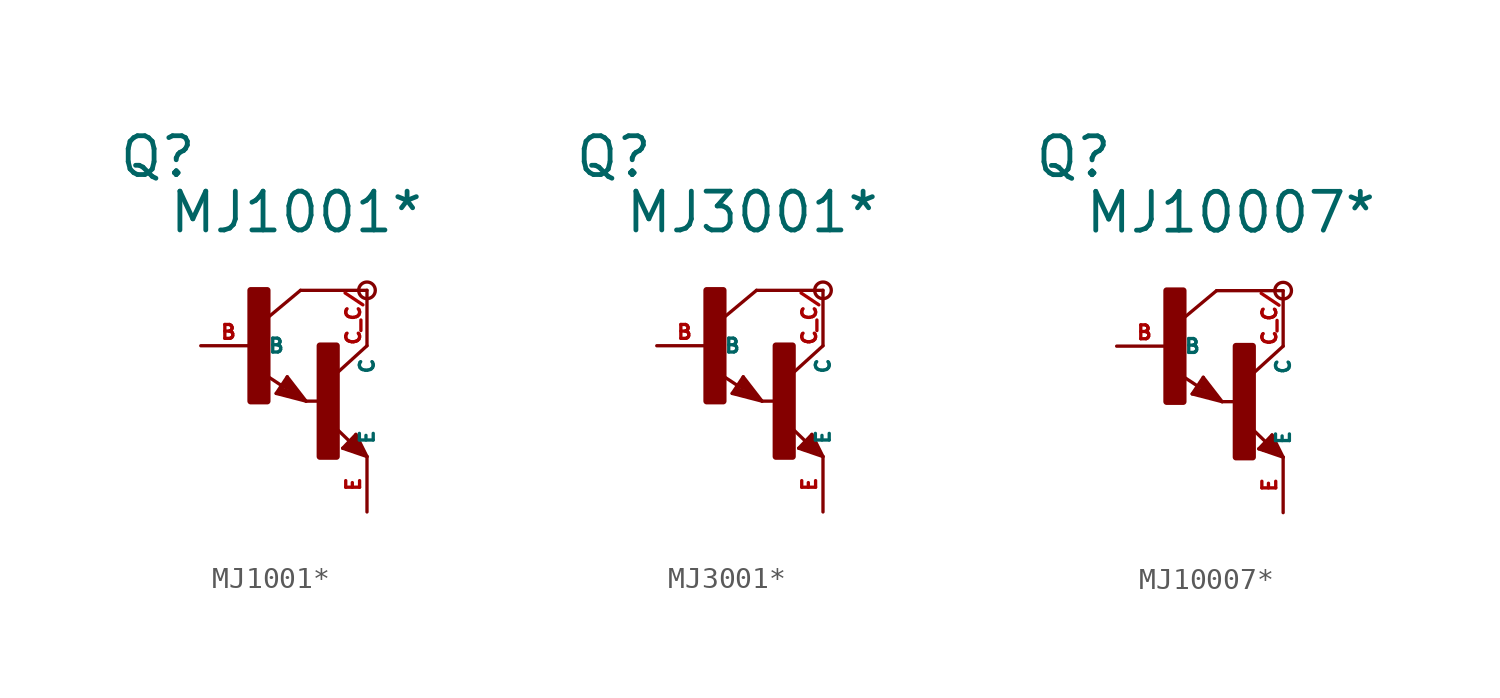
<source format=kicad_sym>
(kicad_symbol_lib
  (version 20220914)
  (generator Eagle2Kicad)
  (symbol "MJ1001*"
    (property "Reference" "Q"
      (at -6.35 7.62 0)
      (effects (font (size 1.778 1.778) (thickness 0.22)) (justify left bottom)))
    (property "Value" "MJ1001*"
      (at -4.064 5.08 0)
      (effects (font (size 1.778 1.778) (thickness 0.22)) (justify left bottom)))
    (polyline
      (pts (xy 5.08 2.54) (xy 2.032 2.54))
      (stroke (width 0.152) (type default))
      (fill (type none)))
    (polyline
      (pts (xy 1.424 -1.424) (xy 2.286 -2.54))
      (stroke (width 0.152) (type default))
      (fill (type none)))
    (polyline
      (pts (xy 2.921 -2.54) (xy 2.286 -2.54))
      (stroke (width 0.152) (type default))
      (fill (type none)))
    (polyline
      (pts (xy 0.916 -2.186) (xy 1.424 -1.424))
      (stroke (width 0.152) (type default))
      (fill (type none)))
    (polyline
      (pts (xy 2.286 -2.54) (xy 0.916 -2.186))
      (stroke (width 0.152) (type default))
      (fill (type none)))
    (polyline
      (pts (xy 2.032 2.54) (xy 0.508 1.27))
      (stroke (width 0.152) (type default))
      (fill (type none)))
    (polyline
      (pts (xy 5.08 0) (xy 3.683 -1.27))
      (stroke (width 0.152) (type default))
      (fill (type none)))
    (polyline
      (pts (xy 5.08 -5.08) (xy 3.964 -4.699))
      (stroke (width 0.152) (type default))
      (fill (type none)))
    (polyline
      (pts (xy 4.572 -4.064) (xy 5.08 -5.08))
      (stroke (width 0.152) (type default))
      (fill (type none)))
    (polyline
      (pts (xy 3.964 -4.699) (xy 4.572 -4.064))
      (stroke (width 0.152) (type default))
      (fill (type none)))
    (polyline
      (pts (xy 1.186 -1.84) (xy 0.208 -1.197))
      (stroke (width 0.152) (type default))
      (fill (type none)))
    (polyline
      (pts (xy 4.28 -4.38) (xy 3.483 -3.61))
      (stroke (width 0.152) (type default))
      (fill (type none)))
    (polyline
      (pts (xy 2.159 -2.413) (xy 1.397 -1.524))
      (stroke (width 0.127) (type default))
      (fill (type none)))
    (polyline
      (pts (xy 1.397 -1.524) (xy 1.016 -2.159))
      (stroke (width 0.127) (type default))
      (fill (type none)))
    (polyline
      (pts (xy 1.016 -2.159) (xy 2.032 -2.413))
      (stroke (width 0.127) (type default))
      (fill (type none)))
    (polyline
      (pts (xy 2.032 -2.413) (xy 1.397 -1.651))
      (stroke (width 0.127) (type default))
      (fill (type none)))
    (polyline
      (pts (xy 1.397 -1.651) (xy 1.143 -2.032))
      (stroke (width 0.127) (type default))
      (fill (type none)))
    (polyline
      (pts (xy 1.143 -2.032) (xy 1.905 -2.286))
      (stroke (width 0.254) (type default))
      (fill (type none)))
    (polyline
      (pts (xy 1.905 -2.286) (xy 1.397 -1.778))
      (stroke (width 0.254) (type default))
      (fill (type none)))
    (polyline
      (pts (xy 1.397 -1.778) (xy 1.397 -1.905))
      (stroke (width 0.254) (type default))
      (fill (type none)))
    (polyline
      (pts (xy 4.953 -4.953) (xy 4.572 -4.191))
      (stroke (width 0.127) (type default))
      (fill (type none)))
    (polyline
      (pts (xy 4.572 -4.191) (xy 4.064 -4.699))
      (stroke (width 0.127) (type default))
      (fill (type none)))
    (polyline
      (pts (xy 4.064 -4.699) (xy 4.826 -4.953))
      (stroke (width 0.127) (type default))
      (fill (type none)))
    (polyline
      (pts (xy 4.826 -4.953) (xy 4.572 -4.318))
      (stroke (width 0.127) (type default))
      (fill (type none)))
    (polyline
      (pts (xy 4.572 -4.318) (xy 4.191 -4.699))
      (stroke (width 0.254) (type default))
      (fill (type none)))
    (polyline
      (pts (xy 4.191 -4.699) (xy 4.699 -4.826))
      (stroke (width 0.254) (type default))
      (fill (type none)))
    (polyline
      (pts (xy 4.699 -4.826) (xy 4.572 -4.572))
      (stroke (width 0.254) (type default))
      (fill (type none)))
    (polyline
      (pts (xy 4.572 -4.572) (xy 4.445 -4.572))
      (stroke (width 0.254) (type default))
      (fill (type none)))
    (circle
      (center 5.08 2.54)
      (radius 0.381)
      (stroke (width 0) (type default))
      (fill (type none)))
    (rectangle
      (start -0.254 -2.54)
      (end 0.508 2.54)
      (stroke (width 0.3) (type default))
      (fill (type outline)))
    (rectangle
      (start 2.921 -5.08)
      (end 3.683 0)
      (stroke (width 0.3) (type default))
      (fill (type outline)))
    (pin passive line
      (at -2.54 0 0)
      (length 2.54)
      (name "B" (effects (font (size 0.635 0.635) (thickness 0.08)) (justify left bottom)))
      (number "B" (effects (font (size 0.635 0.635) (thickness 0.08)) (justify left bottom))))
    (pin passive line
      (at 5.08 -7.62 90)
      (length 2.54)
      (name "E" (effects (font (size 0.635 0.635) (thickness 0.08)) (justify left bottom)))
      (number "E" (effects (font (size 0.635 0.635) (thickness 0.08)) (justify left bottom))))
    (pin passive line
      (at 5.08 2.54 270)
      (length 2.54)
      (name "C" (effects (font (size 0.635 0.635) (thickness 0.08)) (justify left bottom)))
      (number "C C/" (effects (font (size 0.635 0.635) (thickness 0.08)) (justify left bottom)))))
  (symbol "MJ3001*"
    (property "Reference" "Q"
      (at -6.35 7.62 0)
      (effects (font (size 1.778 1.778) (thickness 0.22)) (justify left bottom)))
    (property "Value" "MJ3001*"
      (at -4.064 5.08 0)
      (effects (font (size 1.778 1.778) (thickness 0.22)) (justify left bottom)))
    (polyline
      (pts (xy 5.08 2.54) (xy 2.032 2.54))
      (stroke (width 0.152) (type default))
      (fill (type none)))
    (polyline
      (pts (xy 1.424 -1.424) (xy 2.286 -2.54))
      (stroke (width 0.152) (type default))
      (fill (type none)))
    (polyline
      (pts (xy 2.921 -2.54) (xy 2.286 -2.54))
      (stroke (width 0.152) (type default))
      (fill (type none)))
    (polyline
      (pts (xy 0.916 -2.186) (xy 1.424 -1.424))
      (stroke (width 0.152) (type default))
      (fill (type none)))
    (polyline
      (pts (xy 2.286 -2.54) (xy 0.916 -2.186))
      (stroke (width 0.152) (type default))
      (fill (type none)))
    (polyline
      (pts (xy 2.032 2.54) (xy 0.508 1.27))
      (stroke (width 0.152) (type default))
      (fill (type none)))
    (polyline
      (pts (xy 5.08 0) (xy 3.683 -1.27))
      (stroke (width 0.152) (type default))
      (fill (type none)))
    (polyline
      (pts (xy 5.08 -5.08) (xy 3.964 -4.699))
      (stroke (width 0.152) (type default))
      (fill (type none)))
    (polyline
      (pts (xy 4.572 -4.064) (xy 5.08 -5.08))
      (stroke (width 0.152) (type default))
      (fill (type none)))
    (polyline
      (pts (xy 3.964 -4.699) (xy 4.572 -4.064))
      (stroke (width 0.152) (type default))
      (fill (type none)))
    (polyline
      (pts (xy 1.186 -1.84) (xy 0.208 -1.197))
      (stroke (width 0.152) (type default))
      (fill (type none)))
    (polyline
      (pts (xy 4.28 -4.38) (xy 3.483 -3.61))
      (stroke (width 0.152) (type default))
      (fill (type none)))
    (polyline
      (pts (xy 2.159 -2.413) (xy 1.397 -1.524))
      (stroke (width 0.127) (type default))
      (fill (type none)))
    (polyline
      (pts (xy 1.397 -1.524) (xy 1.016 -2.159))
      (stroke (width 0.127) (type default))
      (fill (type none)))
    (polyline
      (pts (xy 1.016 -2.159) (xy 2.032 -2.413))
      (stroke (width 0.127) (type default))
      (fill (type none)))
    (polyline
      (pts (xy 2.032 -2.413) (xy 1.397 -1.651))
      (stroke (width 0.127) (type default))
      (fill (type none)))
    (polyline
      (pts (xy 1.397 -1.651) (xy 1.143 -2.032))
      (stroke (width 0.127) (type default))
      (fill (type none)))
    (polyline
      (pts (xy 1.143 -2.032) (xy 1.905 -2.286))
      (stroke (width 0.254) (type default))
      (fill (type none)))
    (polyline
      (pts (xy 1.905 -2.286) (xy 1.397 -1.778))
      (stroke (width 0.254) (type default))
      (fill (type none)))
    (polyline
      (pts (xy 1.397 -1.778) (xy 1.397 -1.905))
      (stroke (width 0.254) (type default))
      (fill (type none)))
    (polyline
      (pts (xy 4.953 -4.953) (xy 4.572 -4.191))
      (stroke (width 0.127) (type default))
      (fill (type none)))
    (polyline
      (pts (xy 4.572 -4.191) (xy 4.064 -4.699))
      (stroke (width 0.127) (type default))
      (fill (type none)))
    (polyline
      (pts (xy 4.064 -4.699) (xy 4.826 -4.953))
      (stroke (width 0.127) (type default))
      (fill (type none)))
    (polyline
      (pts (xy 4.826 -4.953) (xy 4.572 -4.318))
      (stroke (width 0.127) (type default))
      (fill (type none)))
    (polyline
      (pts (xy 4.572 -4.318) (xy 4.191 -4.699))
      (stroke (width 0.254) (type default))
      (fill (type none)))
    (polyline
      (pts (xy 4.191 -4.699) (xy 4.699 -4.826))
      (stroke (width 0.254) (type default))
      (fill (type none)))
    (polyline
      (pts (xy 4.699 -4.826) (xy 4.572 -4.572))
      (stroke (width 0.254) (type default))
      (fill (type none)))
    (polyline
      (pts (xy 4.572 -4.572) (xy 4.445 -4.572))
      (stroke (width 0.254) (type default))
      (fill (type none)))
    (circle
      (center 5.08 2.54)
      (radius 0.381)
      (stroke (width 0) (type default))
      (fill (type none)))
    (rectangle
      (start -0.254 -2.54)
      (end 0.508 2.54)
      (stroke (width 0.3) (type default))
      (fill (type outline)))
    (rectangle
      (start 2.921 -5.08)
      (end 3.683 0)
      (stroke (width 0.3) (type default))
      (fill (type outline)))
    (pin passive line
      (at -2.54 0 0)
      (length 2.54)
      (name "B" (effects (font (size 0.635 0.635) (thickness 0.08)) (justify left bottom)))
      (number "B" (effects (font (size 0.635 0.635) (thickness 0.08)) (justify left bottom))))
    (pin passive line
      (at 5.08 -7.62 90)
      (length 2.54)
      (name "E" (effects (font (size 0.635 0.635) (thickness 0.08)) (justify left bottom)))
      (number "E" (effects (font (size 0.635 0.635) (thickness 0.08)) (justify left bottom))))
    (pin passive line
      (at 5.08 2.54 270)
      (length 2.54)
      (name "C" (effects (font (size 0.635 0.635) (thickness 0.08)) (justify left bottom)))
      (number "C C/" (effects (font (size 0.635 0.635) (thickness 0.08)) (justify left bottom)))))
  (symbol "MJ10007*"
    (property "Reference" "Q"
      (at -6.35 7.62 0)
      (effects (font (size 1.778 1.778) (thickness 0.22)) (justify left bottom)))
    (property "Value" "MJ10007*"
      (at -4.064 5.08 0)
      (effects (font (size 1.778 1.778) (thickness 0.22)) (justify left bottom)))
    (polyline
      (pts (xy 5.08 2.54) (xy 2.032 2.54))
      (stroke (width 0.152) (type default))
      (fill (type none)))
    (polyline
      (pts (xy 1.424 -1.424) (xy 2.286 -2.54))
      (stroke (width 0.152) (type default))
      (fill (type none)))
    (polyline
      (pts (xy 2.921 -2.54) (xy 2.286 -2.54))
      (stroke (width 0.152) (type default))
      (fill (type none)))
    (polyline
      (pts (xy 0.916 -2.186) (xy 1.424 -1.424))
      (stroke (width 0.152) (type default))
      (fill (type none)))
    (polyline
      (pts (xy 2.286 -2.54) (xy 0.916 -2.186))
      (stroke (width 0.152) (type default))
      (fill (type none)))
    (polyline
      (pts (xy 2.032 2.54) (xy 0.508 1.27))
      (stroke (width 0.152) (type default))
      (fill (type none)))
    (polyline
      (pts (xy 5.08 0) (xy 3.683 -1.27))
      (stroke (width 0.152) (type default))
      (fill (type none)))
    (polyline
      (pts (xy 5.08 -5.08) (xy 3.964 -4.699))
      (stroke (width 0.152) (type default))
      (fill (type none)))
    (polyline
      (pts (xy 4.572 -4.064) (xy 5.08 -5.08))
      (stroke (width 0.152) (type default))
      (fill (type none)))
    (polyline
      (pts (xy 3.964 -4.699) (xy 4.572 -4.064))
      (stroke (width 0.152) (type default))
      (fill (type none)))
    (polyline
      (pts (xy 1.186 -1.84) (xy 0.208 -1.197))
      (stroke (width 0.152) (type default))
      (fill (type none)))
    (polyline
      (pts (xy 4.28 -4.38) (xy 3.483 -3.61))
      (stroke (width 0.152) (type default))
      (fill (type none)))
    (polyline
      (pts (xy 2.159 -2.413) (xy 1.397 -1.524))
      (stroke (width 0.127) (type default))
      (fill (type none)))
    (polyline
      (pts (xy 1.397 -1.524) (xy 1.016 -2.159))
      (stroke (width 0.127) (type default))
      (fill (type none)))
    (polyline
      (pts (xy 1.016 -2.159) (xy 2.032 -2.413))
      (stroke (width 0.127) (type default))
      (fill (type none)))
    (polyline
      (pts (xy 2.032 -2.413) (xy 1.397 -1.651))
      (stroke (width 0.127) (type default))
      (fill (type none)))
    (polyline
      (pts (xy 1.397 -1.651) (xy 1.143 -2.032))
      (stroke (width 0.127) (type default))
      (fill (type none)))
    (polyline
      (pts (xy 1.143 -2.032) (xy 1.905 -2.286))
      (stroke (width 0.254) (type default))
      (fill (type none)))
    (polyline
      (pts (xy 1.905 -2.286) (xy 1.397 -1.778))
      (stroke (width 0.254) (type default))
      (fill (type none)))
    (polyline
      (pts (xy 1.397 -1.778) (xy 1.397 -1.905))
      (stroke (width 0.254) (type default))
      (fill (type none)))
    (polyline
      (pts (xy 4.953 -4.953) (xy 4.572 -4.191))
      (stroke (width 0.127) (type default))
      (fill (type none)))
    (polyline
      (pts (xy 4.572 -4.191) (xy 4.064 -4.699))
      (stroke (width 0.127) (type default))
      (fill (type none)))
    (polyline
      (pts (xy 4.064 -4.699) (xy 4.826 -4.953))
      (stroke (width 0.127) (type default))
      (fill (type none)))
    (polyline
      (pts (xy 4.826 -4.953) (xy 4.572 -4.318))
      (stroke (width 0.127) (type default))
      (fill (type none)))
    (polyline
      (pts (xy 4.572 -4.318) (xy 4.191 -4.699))
      (stroke (width 0.254) (type default))
      (fill (type none)))
    (polyline
      (pts (xy 4.191 -4.699) (xy 4.699 -4.826))
      (stroke (width 0.254) (type default))
      (fill (type none)))
    (polyline
      (pts (xy 4.699 -4.826) (xy 4.572 -4.572))
      (stroke (width 0.254) (type default))
      (fill (type none)))
    (polyline
      (pts (xy 4.572 -4.572) (xy 4.445 -4.572))
      (stroke (width 0.254) (type default))
      (fill (type none)))
    (circle
      (center 5.08 2.54)
      (radius 0.381)
      (stroke (width 0) (type default))
      (fill (type none)))
    (rectangle
      (start -0.254 -2.54)
      (end 0.508 2.54)
      (stroke (width 0.3) (type default))
      (fill (type outline)))
    (rectangle
      (start 2.921 -5.08)
      (end 3.683 0)
      (stroke (width 0.3) (type default))
      (fill (type outline)))
    (pin passive line
      (at -2.54 0 0)
      (length 2.54)
      (name "B" (effects (font (size 0.635 0.635) (thickness 0.08)) (justify left bottom)))
      (number "B" (effects (font (size 0.635 0.635) (thickness 0.08)) (justify left bottom))))
    (pin passive line
      (at 5.08 -7.62 90)
      (length 2.54)
      (name "E" (effects (font (size 0.635 0.635) (thickness 0.08)) (justify left bottom)))
      (number "E" (effects (font (size 0.635 0.635) (thickness 0.08)) (justify left bottom))))
    (pin passive line
      (at 5.08 2.54 270)
      (length 2.54)
      (name "C" (effects (font (size 0.635 0.635) (thickness 0.08)) (justify left bottom)))
      (number "C C/" (effects (font (size 0.635 0.635) (thickness 0.08)) (justify left bottom))))))
</source>
